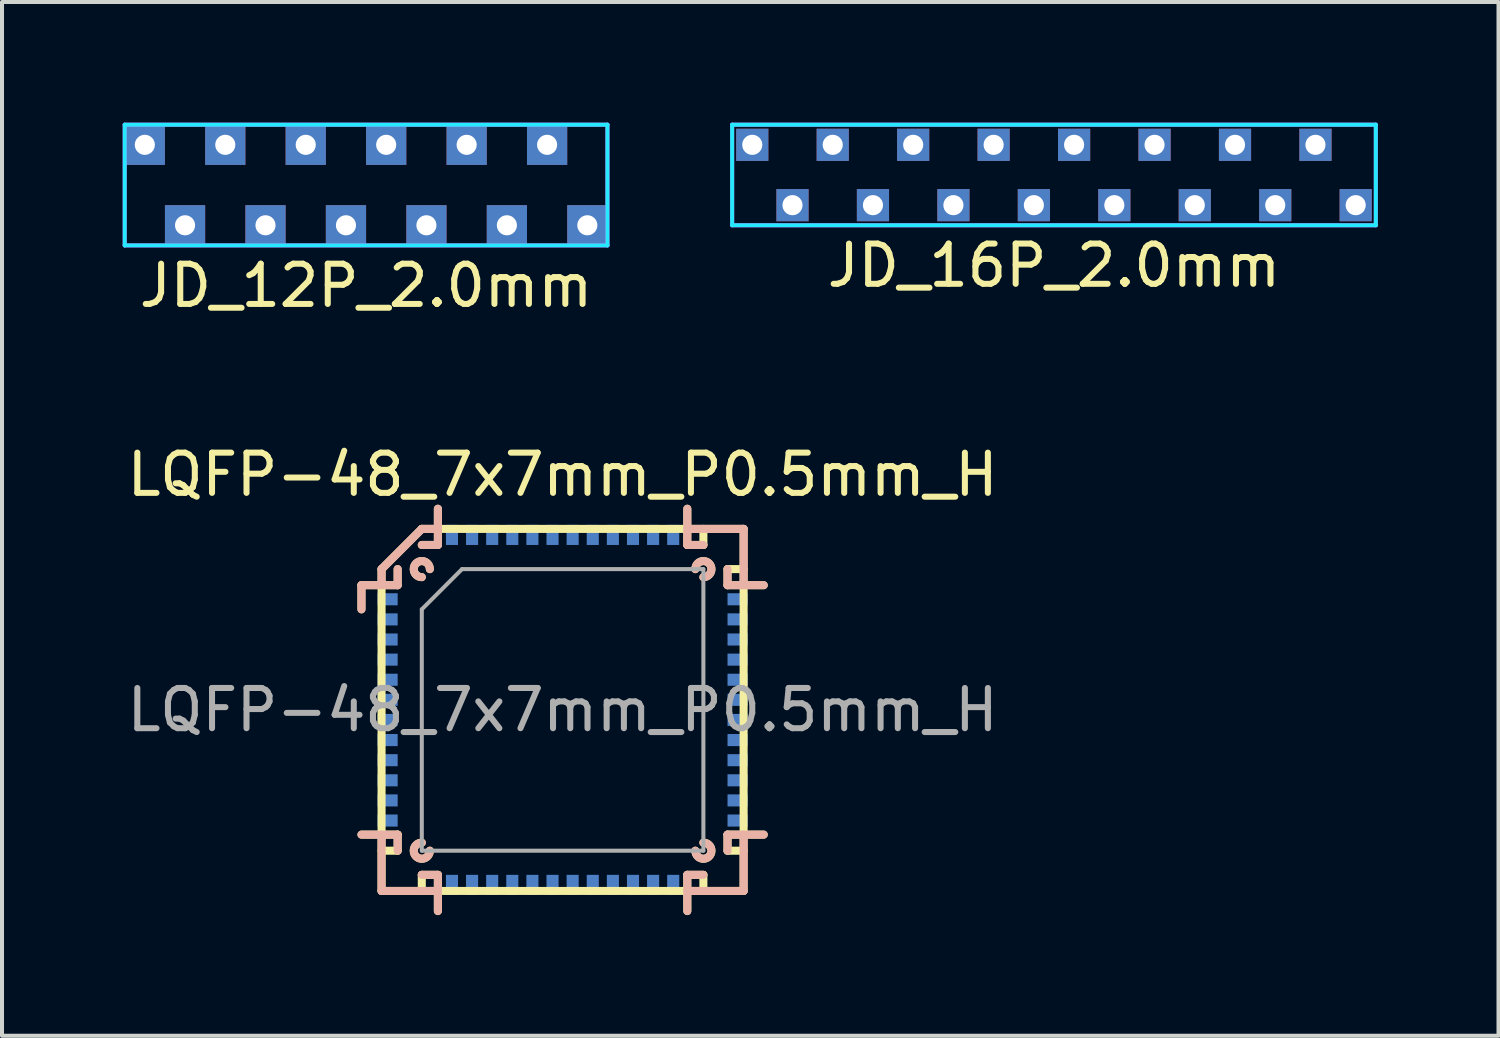
<source format=kicad_pcb>
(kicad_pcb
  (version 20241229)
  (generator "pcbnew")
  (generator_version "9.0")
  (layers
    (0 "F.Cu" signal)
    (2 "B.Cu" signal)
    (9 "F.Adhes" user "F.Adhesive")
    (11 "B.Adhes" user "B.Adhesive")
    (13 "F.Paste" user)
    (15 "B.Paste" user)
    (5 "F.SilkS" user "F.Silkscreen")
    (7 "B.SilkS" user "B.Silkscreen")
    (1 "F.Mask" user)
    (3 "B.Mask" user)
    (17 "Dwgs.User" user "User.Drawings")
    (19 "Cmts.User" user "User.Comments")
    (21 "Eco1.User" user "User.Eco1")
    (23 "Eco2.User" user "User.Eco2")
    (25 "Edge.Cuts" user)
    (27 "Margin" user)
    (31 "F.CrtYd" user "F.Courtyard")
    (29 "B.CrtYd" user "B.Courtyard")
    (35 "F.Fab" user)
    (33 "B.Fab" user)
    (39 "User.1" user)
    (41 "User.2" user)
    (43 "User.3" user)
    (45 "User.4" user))
  (footprint "LQFP-48_7x7mm_P0.5mm_H"
    (layer "F.Cu")
    (at 10.935 14.597)
    (property "Reference" "LQFP-48_7x7mm_P0.5mm_H" (at 0 -5.85 0) (layer "F.SilkS") (effects (font (size 1 1) (thickness 0.15))))
    (attr smd)
    (fp_line (start -5 -3.1) (end -5 -2.5) (stroke (width 0.2) (type solid)) (layer "F.SilkS"))
    (fp_line (start -4.5 -3.5) (end -3.5 -4.5) (stroke (width 0.2) (type solid)) (layer "F.SilkS"))
    (fp_line (start -4.5 -3.1) (end -4.5 -3.5) (stroke (width 0.2) (type solid)) (layer "F.SilkS"))
    (fp_line (start -4.5 3.1) (end -4.5 -3.1) (stroke (width 0.2) (type solid)) (layer "F.SilkS"))
    (fp_line (start -4.5 3.5) (end -4.1 3.5) (stroke (width 0.2) (type solid)) (layer "F.SilkS"))
    (fp_line (start -4.5 4.5) (end -4.5 3.1) (stroke (width 0.2) (type solid)) (layer "F.SilkS"))
    (fp_line (start -4.1 -3.1) (end -5 -3.1) (stroke (width 0.2) (type solid)) (layer "F.SilkS"))
    (fp_line (start -4.1 -3.1) (end -4.1 -3.5) (stroke (width 0.2) (type solid)) (layer "F.SilkS"))
    (fp_line (start -4.1 3.1) (end -5 3.1) (stroke (width 0.2) (type solid)) (layer "F.SilkS"))
    (fp_line (start -4.1 3.5) (end -4.1 3.1) (stroke (width 0.2) (type solid)) (layer "F.SilkS"))
    (fp_line (start -3.5 -4.5) (end -3.1 -4.5) (stroke (width 0.2) (type solid)) (layer "F.SilkS"))
    (fp_line (start -3.5 -4.1) (end -3.1 -4.1) (stroke (width 0.2) (type solid)) (layer "F.SilkS"))
    (fp_line (start -3.5 4.1) (end -3.1 4.1) (stroke (width 0.2) (type solid)) (layer "F.SilkS"))
    (fp_line (start -3.5 4.5) (end -3.5 4.1) (stroke (width 0.2) (type solid)) (layer "F.SilkS"))
    (fp_line (start -3.1 -4.5) (end 3.1 -4.5) (stroke (width 0.2) (type solid)) (layer "F.SilkS"))
    (fp_line (start -3.1 -4.1) (end -3.1 -5) (stroke (width 0.2) (type solid)) (layer "F.SilkS"))
    (fp_line (start -3.1 4.1) (end -3.1 5) (stroke (width 0.2) (type solid)) (layer "F.SilkS"))
    (fp_line (start -3.1 4.5) (end -4.5 4.5) (stroke (width 0.2) (type solid)) (layer "F.SilkS"))
    (fp_line (start 3.1 -4.5) (end 4.5 -4.5) (stroke (width 0.2) (type solid)) (layer "F.SilkS"))
    (fp_line (start 3.1 -4.1) (end 3.1 -5) (stroke (width 0.2) (type solid)) (layer "F.SilkS"))
    (fp_line (start 3.1 -4.1) (end 3.5 -4.1) (stroke (width 0.2) (type solid)) (layer "F.SilkS"))
    (fp_line (start 3.1 4.1) (end 3.5 4.1) (stroke (width 0.2) (type solid)) (layer "F.SilkS"))
    (fp_line (start 3.1 4.5) (end -3.1 4.5) (stroke (width 0.2) (type solid)) (layer "F.SilkS"))
    (fp_line (start 3.1 5) (end 3.1 4.1) (stroke (width 0.2) (type solid)) (layer "F.SilkS"))
    (fp_line (start 3.5 -4.1) (end 3.5 -4.5) (stroke (width 0.2) (type solid)) (layer "F.SilkS"))
    (fp_line (start 3.5 4.1) (end 3.5 4.5) (stroke (width 0.2) (type solid)) (layer "F.SilkS"))
    (fp_line (start 4.1 -3.5) (end 4.5 -3.5) (stroke (width 0.2) (type solid)) (layer "F.SilkS"))
    (fp_line (start 4.1 -3.1) (end 4.1 -3.5) (stroke (width 0.2) (type solid)) (layer "F.SilkS"))
    (fp_line (start 4.1 -3.1) (end 5 -3.1) (stroke (width 0.2) (type solid)) (layer "F.SilkS"))
    (fp_line (start 4.1 3.1) (end 5 3.1) (stroke (width 0.2) (type solid)) (layer "F.SilkS"))
    (fp_line (start 4.1 3.5) (end 4.1 3.1) (stroke (width 0.2) (type solid)) (layer "F.SilkS"))
    (fp_line (start 4.5 -4.5) (end 4.5 -3.1) (stroke (width 0.2) (type solid)) (layer "F.SilkS"))
    (fp_line (start 4.5 -3.1) (end 4.5 3.1) (stroke (width 0.2) (type solid)) (layer "F.SilkS"))
    (fp_line (start 4.5 3.1) (end 4.5 4.5) (stroke (width 0.2) (type solid)) (layer "F.SilkS"))
    (fp_line (start 4.5 3.5) (end 4.1 3.5) (stroke (width 0.2) (type solid)) (layer "F.SilkS"))
    (fp_line (start 4.5 4.5) (end 3.1 4.5) (stroke (width 0.2) (type solid)) (layer "F.SilkS"))
    (fp_arc (start -3.5 -3.3) (mid -3.641421 -3.641421) (end -3.3 -3.5) (stroke (width 0.2) (type solid)) (layer "F.SilkS"))
    (fp_arc (start -3.3 3.5) (mid -3.641421 3.641421) (end -3.5 3.3) (stroke (width 0.2) (type solid)) (layer "F.SilkS"))
    (fp_arc (start 3.3 -3.5) (mid 3.641421 -3.641421) (end 3.5 -3.3) (stroke (width 0.2) (type solid)) (layer "F.SilkS"))
    (fp_arc (start 3.5 3.3) (mid 3.641421 3.641421) (end 3.3 3.5) (stroke (width 0.2) (type solid)) (layer "F.SilkS"))
    (fp_line (start -5 -3.1) (end -5 -2.5) (stroke (width 0.2) (type solid)) (layer "B.SilkS"))
    (fp_line (start -5 3.1) (end -4.1 3.1) (stroke (width 0.2) (type solid)) (layer "B.SilkS"))
    (fp_line (start -4.5 -3.5) (end -4.5 -3.1) (stroke (width 0.2) (type solid)) (layer "B.SilkS"))
    (fp_line (start -4.5 3.1) (end -4.5 4.5) (stroke (width 0.2) (type solid)) (layer "B.SilkS"))
    (fp_line (start -4.5 4.5) (end -3.1 4.5) (stroke (width 0.2) (type solid)) (layer "B.SilkS"))
    (fp_line (start -4.1 -3.5) (end -4.1 -3.1) (stroke (width 0.2) (type solid)) (layer "B.SilkS"))
    (fp_line (start -4.1 -3.1) (end -5 -3.1) (stroke (width 0.2) (type solid)) (layer "B.SilkS"))
    (fp_line (start -4.1 3.1) (end -4.1 3.5) (stroke (width 0.2) (type solid)) (layer "B.SilkS"))
    (fp_line (start -3.5 -4.5) (end -4.5 -3.5) (stroke (width 0.2) (type solid)) (layer "B.SilkS"))
    (fp_line (start -3.5 -4.1) (end -3.1 -4.1) (stroke (width 0.2) (type solid)) (layer "B.SilkS"))
    (fp_line (start -3.1 -4.5) (end -3.5 -4.5) (stroke (width 0.2) (type solid)) (layer "B.SilkS"))
    (fp_line (start -3.1 -4.1) (end -3.1 -5) (stroke (width 0.2) (type solid)) (layer "B.SilkS"))
    (fp_line (start -3.1 4.1) (end -3.5 4.1) (stroke (width 0.2) (type solid)) (layer "B.SilkS"))
    (fp_line (start -3.1 5) (end -3.1 4.1) (stroke (width 0.2) (type solid)) (layer "B.SilkS"))
    (fp_line (start 3.1 -5) (end 3.1 -4.1) (stroke (width 0.2) (type solid)) (layer "B.SilkS"))
    (fp_line (start 3.1 -4.5) (end 4.5 -4.5) (stroke (width 0.2) (type solid)) (layer "B.SilkS"))
    (fp_line (start 3.1 -4.1) (end 3.5 -4.1) (stroke (width 0.2) (type solid)) (layer "B.SilkS"))
    (fp_line (start 3.1 4.1) (end 3.5 4.1) (stroke (width 0.2) (type solid)) (layer "B.SilkS"))
    (fp_line (start 3.1 4.5) (end 4.5 4.5) (stroke (width 0.2) (type solid)) (layer "B.SilkS"))
    (fp_line (start 3.1 5) (end 3.1 4.1) (stroke (width 0.2) (type solid)) (layer "B.SilkS"))
    (fp_line (start 4.1 -3.1) (end 4.1 -3.5) (stroke (width 0.2) (type solid)) (layer "B.SilkS"))
    (fp_line (start 4.1 3.1) (end 4.1 3.5) (stroke (width 0.2) (type solid)) (layer "B.SilkS"))
    (fp_line (start 4.5 -4.5) (end 4.5 -3.1) (stroke (width 0.2) (type solid)) (layer "B.SilkS"))
    (fp_line (start 4.5 4.5) (end 4.5 3.1) (stroke (width 0.2) (type solid)) (layer "B.SilkS"))
    (fp_line (start 5 -3.1) (end 4.1 -3.1) (stroke (width 0.2) (type solid)) (layer "B.SilkS"))
    (fp_line (start 5 3.1) (end 4.1 3.1) (stroke (width 0.2) (type solid)) (layer "B.SilkS"))
    (fp_arc (start -3.5 -3.3) (mid -3.641421 -3.641421) (end -3.3 -3.5) (stroke (width 0.2) (type solid)) (layer "B.SilkS"))
    (fp_arc (start -3.3 3.5) (mid -3.641421 3.641421) (end -3.5 3.3) (stroke (width 0.2) (type solid)) (layer "B.SilkS"))
    (fp_arc (start 3.3 -3.5) (mid 3.641421 -3.641421) (end 3.5 -3.3) (stroke (width 0.2) (type solid)) (layer "B.SilkS"))
    (fp_arc (start 3.5 3.3) (mid 3.641421 3.641421) (end 3.3 3.5) (stroke (width 0.2) (type solid)) (layer "B.SilkS"))
    (fp_line (start -3.5 -2.5) (end -2.5 -3.5) (stroke (width 0.1) (type solid)) (layer "F.Fab"))
    (fp_line (start -3.5 3.5) (end -3.5 -2.5) (stroke (width 0.1) (type solid)) (layer "F.Fab"))
    (fp_line (start -2.5 -3.5) (end 3.5 -3.5) (stroke (width 0.1) (type solid)) (layer "F.Fab"))
    (fp_line (start 3.5 -3.5) (end 3.5 3.5) (stroke (width 0.1) (type solid)) (layer "F.Fab"))
    (fp_line (start 3.5 3.5) (end -3.5 3.5) (stroke (width 0.1) (type solid)) (layer "F.Fab"))
    (fp_text user "${REFERENCE}" (at 0 0 0) (layer "F.Fab") (effects (font (size 1 1) (thickness 0.15))))
    (pad "1" smd rect (at -4.35 -2.75) (size 0.5 0.3) (layers "B.Cu" "B.Mask" "B.Paste"))
    (pad "2" smd rect (at -4.35 -2.25) (size 0.5 0.3) (layers "B.Cu" "B.Mask" "B.Paste"))
    (pad "3" smd rect (at -4.35 -1.75) (size 0.5 0.3) (layers "B.Cu" "B.Mask" "B.Paste"))
    (pad "4" smd rect (at -4.35 -1.25) (size 0.5 0.3) (layers "B.Cu" "B.Mask" "B.Paste"))
    (pad "5" smd rect (at -4.35 -0.75) (size 0.5 0.3) (layers "B.Cu" "B.Mask" "B.Paste"))
    (pad "6" smd rect (at -4.35 -0.25) (size 0.5 0.3) (layers "B.Cu" "B.Mask" "B.Paste"))
    (pad "7" smd rect (at -4.35 0.25) (size 0.5 0.3) (layers "B.Cu" "B.Mask" "B.Paste"))
    (pad "8" smd rect (at -4.35 0.75) (size 0.5 0.3) (layers "B.Cu" "B.Mask" "B.Paste"))
    (pad "9" smd rect (at -4.35 1.25) (size 0.5 0.3) (layers "B.Cu" "B.Mask" "B.Paste"))
    (pad "10" smd rect (at -4.35 1.75) (size 0.5 0.3) (layers "B.Cu" "B.Mask" "B.Paste"))
    (pad "11" smd rect (at -4.35 2.25) (size 0.5 0.3) (layers "B.Cu" "B.Mask" "B.Paste"))
    (pad "12" smd rect (at -4.35 2.75) (size 0.5 0.3) (layers "B.Cu" "B.Mask" "B.Paste"))
    (pad "13" smd rect (at -2.75 4.35) (size 0.3 0.5) (layers "B.Cu" "B.Mask" "B.Paste"))
    (pad "14" smd rect (at -2.25 4.35) (size 0.3 0.5) (layers "B.Cu" "B.Mask" "B.Paste"))
    (pad "15" smd rect (at -1.75 4.35) (size 0.3 0.5) (layers "B.Cu" "B.Mask" "B.Paste"))
    (pad "16" smd rect (at -1.25 4.35) (size 0.3 0.5) (layers "B.Cu" "B.Mask" "B.Paste"))
    (pad "17" smd rect (at -0.75 4.35) (size 0.3 0.5) (layers "B.Cu" "B.Mask" "B.Paste"))
    (pad "18" smd rect (at -0.25 4.35) (size 0.3 0.5) (layers "B.Cu" "B.Mask" "B.Paste"))
    (pad "19" smd rect (at 0.25 4.35) (size 0.3 0.5) (layers "B.Cu" "B.Mask" "B.Paste"))
    (pad "20" smd rect (at 0.75 4.35) (size 0.3 0.5) (layers "B.Cu" "B.Mask" "B.Paste"))
    (pad "21" smd rect (at 1.25 4.35) (size 0.3 0.5) (layers "B.Cu" "B.Mask" "B.Paste"))
    (pad "22" smd rect (at 1.75 4.35) (size 0.3 0.5) (layers "B.Cu" "B.Mask" "B.Paste"))
    (pad "23" smd rect (at 2.25 4.35) (size 0.3 0.5) (layers "B.Cu" "B.Mask" "B.Paste"))
    (pad "24" smd rect (at 2.75 4.35) (size 0.3 0.5) (layers "B.Cu" "B.Mask" "B.Paste"))
    (pad "25" smd rect (at 4.35 2.75) (size 0.5 0.3) (layers "B.Cu" "B.Mask" "B.Paste"))
    (pad "26" smd rect (at 4.35 2.25) (size 0.5 0.3) (layers "B.Cu" "B.Mask" "B.Paste"))
    (pad "27" smd rect (at 4.35 1.75) (size 0.5 0.3) (layers "B.Cu" "B.Mask" "B.Paste"))
    (pad "28" smd rect (at 4.35 1.25) (size 0.5 0.3) (layers "B.Cu" "B.Mask" "B.Paste"))
    (pad "29" smd rect (at 4.35 0.75) (size 0.5 0.3) (layers "B.Cu" "B.Mask" "B.Paste"))
    (pad "30" smd rect (at 4.35 0.25) (size 0.5 0.3) (layers "B.Cu" "B.Mask" "B.Paste"))
    (pad "31" smd rect (at 4.35 -0.25) (size 0.5 0.3) (layers "B.Cu" "B.Mask" "B.Paste"))
    (pad "32" smd rect (at 4.35 -0.75) (size 0.5 0.3) (layers "B.Cu" "B.Mask" "B.Paste"))
    (pad "33" smd rect (at 4.35 -1.25) (size 0.5 0.3) (layers "B.Cu" "B.Mask" "B.Paste"))
    (pad "34" smd rect (at 4.35 -1.75) (size 0.5 0.3) (layers "B.Cu" "B.Mask" "B.Paste"))
    (pad "35" smd rect (at 4.35 -2.25) (size 0.5 0.3) (layers "B.Cu" "B.Mask" "B.Paste"))
    (pad "36" smd rect (at 4.35 -2.75) (size 0.5 0.3) (layers "B.Cu" "B.Mask" "B.Paste"))
    (pad "37" smd rect (at 2.75 -4.35) (size 0.3 0.5) (layers "B.Cu" "B.Mask" "B.Paste"))
    (pad "38" smd rect (at 2.25 -4.35) (size 0.3 0.5) (layers "B.Cu" "B.Mask" "B.Paste"))
    (pad "39" smd rect (at 1.75 -4.35) (size 0.3 0.5) (layers "B.Cu" "B.Mask" "B.Paste"))
    (pad "40" smd rect (at 1.25 -4.35) (size 0.3 0.5) (layers "B.Cu" "B.Mask" "B.Paste"))
    (pad "41" smd rect (at 0.75 -4.35) (size 0.3 0.5) (layers "B.Cu" "B.Mask" "B.Paste"))
    (pad "42" smd rect (at 0.25 -4.35) (size 0.3 0.5) (layers "B.Cu" "B.Mask" "B.Paste"))
    (pad "43" smd rect (at -0.25 -4.35) (size 0.3 0.5) (layers "B.Cu" "B.Mask" "B.Paste"))
    (pad "44" smd rect (at -0.75 -4.35) (size 0.3 0.5) (layers "B.Cu" "B.Mask" "B.Paste"))
    (pad "45" smd rect (at -1.25 -4.35) (size 0.3 0.5) (layers "B.Cu" "B.Mask" "B.Paste"))
    (pad "46" smd rect (at -1.75 -4.35) (size 0.3 0.5) (layers "B.Cu" "B.Mask" "B.Paste"))
    (pad "47" smd rect (at -2.25 -4.35) (size 0.3 0.5) (layers "B.Cu" "B.Mask" "B.Paste"))
    (pad "48" smd rect (at -2.75 -4.35) (size 0.3 0.5) (layers "B.Cu" "B.Mask" "B.Paste")))
  (footprint "JD_16P_2.0mm"
    (layer "F.Cu")
    (at 23.15 1.05)
    (property "Reference" "JD_16P_2.0mm" (at 0 2.5 0) (layer "F.SilkS") (effects (font (size 1 1) (thickness 0.15))))
    (attr through_hole)
    (fp_line (start -8 -1) (end 8 -1) (stroke (width 0.1) (type solid)) (layer "B.CrtYd"))
    (fp_line (start -8 1.5) (end -8 -1) (stroke (width 0.1) (type solid)) (layer "B.CrtYd"))
    (fp_line (start 8 -1) (end 8 1.5) (stroke (width 0.1) (type solid)) (layer "B.CrtYd"))
    (fp_line (start 8 1.5) (end -8 1.5) (stroke (width 0.1) (type solid)) (layer "B.CrtYd"))
    (fp_line (start -8 -1) (end 8 -1) (stroke (width 0.1) (type solid)) (layer "F.CrtYd"))
    (fp_line (start -8 1.5) (end -8 -1) (stroke (width 0.1) (type solid)) (layer "F.CrtYd"))
    (fp_line (start 8 -1) (end 8 1.5) (stroke (width 0.1) (type solid)) (layer "F.CrtYd"))
    (fp_line (start 8 1.5) (end -8 1.5) (stroke (width 0.1) (type solid)) (layer "F.CrtYd"))
    (pad "1" thru_hole rect (at -7.5 -0.5) (size 0.8 0.8) (drill 0.5) (layers "*.Cu" "*.Paste" "*.Mask"))
    (pad "2" thru_hole rect (at -6.5 1) (size 0.8 0.8) (drill 0.5) (layers "*.Cu" "*.Paste" "*.Mask"))
    (pad "3" thru_hole rect (at -5.5 -0.5) (size 0.8 0.8) (drill 0.5) (layers "*.Cu" "*.Paste" "*.Mask"))
    (pad "4" thru_hole rect (at -4.5 1) (size 0.8 0.8) (drill 0.5) (layers "*.Cu" "*.Paste" "*.Mask"))
    (pad "5" thru_hole rect (at -3.5 -0.5) (size 0.8 0.8) (drill 0.5) (layers "*.Cu" "*.Paste" "*.Mask"))
    (pad "6" thru_hole rect (at -2.5 1) (size 0.8 0.8) (drill 0.5) (layers "*.Cu" "*.Paste" "*.Mask"))
    (pad "7" thru_hole rect (at -1.5 -0.5) (size 0.8 0.8) (drill 0.5) (layers "*.Cu" "*.Paste" "*.Mask"))
    (pad "8" thru_hole rect (at -0.5 1) (size 0.8 0.8) (drill 0.5) (layers "*.Cu" "*.Paste" "*.Mask"))
    (pad "9" thru_hole rect (at 0.5 -0.5) (size 0.8 0.8) (drill 0.5) (layers "*.Cu" "*.Paste" "*.Mask"))
    (pad "10" thru_hole rect (at 1.5 1) (size 0.8 0.8) (drill 0.5) (layers "*.Cu" "*.Paste" "*.Mask"))
    (pad "11" thru_hole rect (at 2.5 -0.5) (size 0.8 0.8) (drill 0.5) (layers "*.Cu" "*.Paste" "*.Mask"))
    (pad "12" thru_hole rect (at 3.5 1) (size 0.8 0.8) (drill 0.5) (layers "*.Cu" "*.Paste" "*.Mask"))
    (pad "13" thru_hole rect (at 4.5 -0.5) (size 0.8 0.8) (drill 0.5) (layers "*.Cu" "*.Paste" "*.Mask"))
    (pad "14" thru_hole rect (at 5.5 1) (size 0.8 0.8) (drill 0.5) (layers "*.Cu" "*.Paste" "*.Mask"))
    (pad "15" thru_hole rect (at 6.5 -0.5) (size 0.8 0.8) (drill 0.5) (layers "*.Cu" "*.Paste" "*.Mask"))
    (pad "16" thru_hole rect (at 7.5 1) (size 0.8 0.8) (drill 0.5) (layers "*.Cu" "*.Paste" "*.Mask")))
  (footprint "JD_12P_2.0mm"
    (layer "F.Cu")
    (at 6.05 1.55)
    (property "Reference" "JD_12P_2.0mm" (at 0 2.5 0) (layer "F.SilkS") (effects (font (size 1 1) (thickness 0.15))))
    (attr through_hole)
    (fp_line (start -6 -1.5) (end 6 -1.5) (stroke (width 0.1) (type solid)) (layer "B.CrtYd"))
    (fp_line (start -6 1.5) (end -6 -1.5) (stroke (width 0.1) (type solid)) (layer "B.CrtYd"))
    (fp_line (start 6 -1.5) (end 6 1.5) (stroke (width 0.1) (type solid)) (layer "B.CrtYd"))
    (fp_line (start 6 1.5) (end -6 1.5) (stroke (width 0.1) (type solid)) (layer "B.CrtYd"))
    (fp_line (start -6 -1.5) (end 6 -1.5) (stroke (width 0.1) (type solid)) (layer "F.CrtYd"))
    (fp_line (start -6 1.5) (end -6 -1.5) (stroke (width 0.1) (type solid)) (layer "F.CrtYd"))
    (fp_line (start 6 -1.5) (end 6 1.5) (stroke (width 0.1) (type solid)) (layer "F.CrtYd"))
    (fp_line (start 6 1.5) (end -6 1.5) (stroke (width 0.1) (type solid)) (layer "F.CrtYd"))
    (pad "1" thru_hole rect (at -5.5 -1) (size 1 1) (drill 0.5) (layers "*.Cu" "*.Paste" "*.Mask"))
    (pad "2" thru_hole rect (at -4.5 1) (size 1 1) (drill 0.5) (layers "*.Cu" "*.Paste" "*.Mask"))
    (pad "3" thru_hole rect (at -3.5 -1) (size 1 1) (drill 0.5) (layers "*.Cu" "*.Paste" "*.Mask"))
    (pad "4" thru_hole rect (at -2.5 1) (size 1 1) (drill 0.5) (layers "*.Cu" "*.Paste" "*.Mask"))
    (pad "5" thru_hole rect (at -1.5 -1) (size 1 1) (drill 0.5) (layers "*.Cu" "*.Paste" "*.Mask"))
    (pad "6" thru_hole rect (at -0.5 1) (size 1 1) (drill 0.5) (layers "*.Cu" "*.Paste" "*.Mask"))
    (pad "7" thru_hole rect (at 0.5 -1) (size 1 1) (drill 0.5) (layers "*.Cu" "*.Paste" "*.Mask"))
    (pad "8" thru_hole rect (at 1.5 1) (size 1 1) (drill 0.5) (layers "*.Cu" "*.Paste" "*.Mask"))
    (pad "9" thru_hole rect (at 2.5 -1) (size 1 1) (drill 0.5) (layers "*.Cu" "*.Paste" "*.Mask"))
    (pad "10" thru_hole rect (at 3.5 1) (size 1 1) (drill 0.5) (layers "*.Cu" "*.Paste" "*.Mask"))
    (pad "11" thru_hole rect (at 4.5 -1) (size 1 1) (drill 0.5) (layers "*.Cu" "*.Paste" "*.Mask"))
    (pad "12" thru_hole rect (at 5.5 1) (size 1 1) (drill 0.5) (layers "*.Cu" "*.Paste" "*.Mask")))
  (gr_rect
    (start -3 -3)
    (end 34.2 22.697)
    (stroke (width 0.1) (type default))
    (fill no)
    (layer "Edge.Cuts")))
</source>
